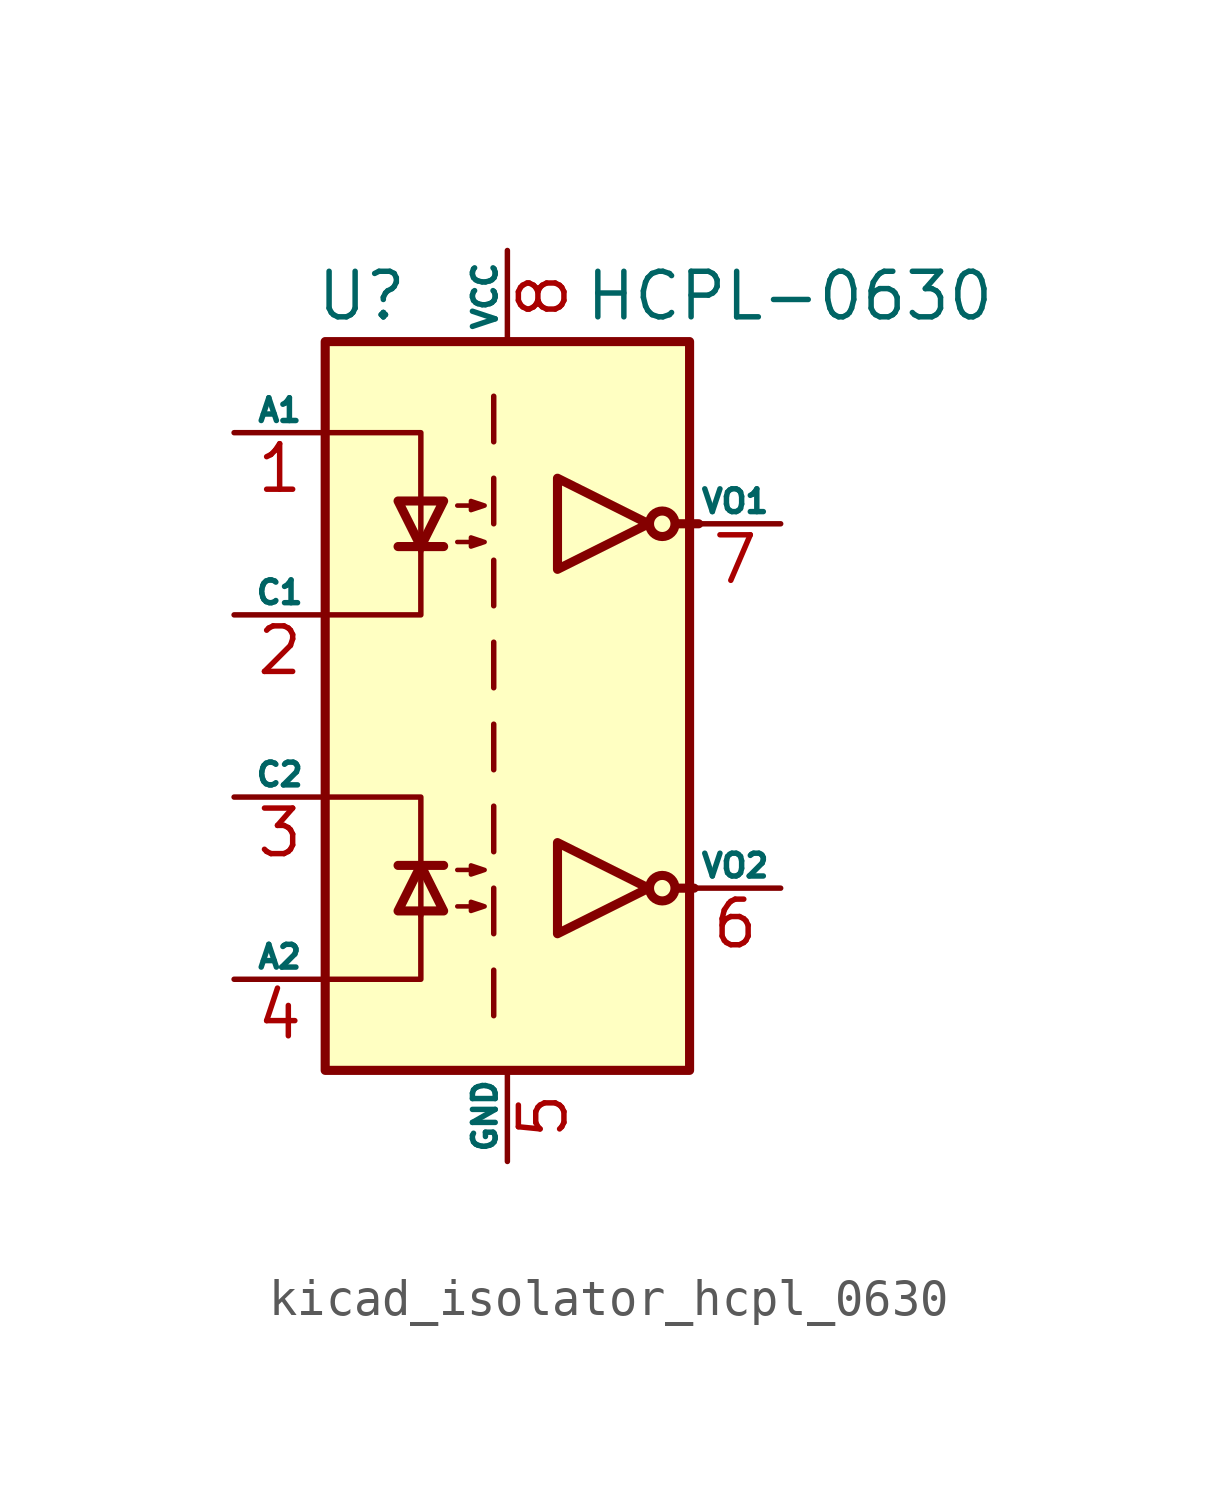
<source format=kicad_sym>
(kicad_symbol_lib
  (version 20220914)
  (generator kicad_symbol_editor)
  (symbol "kicad_isolator_hcpl_0630"
    (pin_names
      (offset 0))
    (property "Reference" "U"
      (at -4.064 11.43 0)
      (effects (font (size 1.27 1.27))))
    (property "Value" "HCPL-0630"
      (at 7.874 11.43 0)
      (effects (font (size 1.27 1.27))))
    (symbol "kicad_isolator_hcpl_0630_0_1"
      (rectangle (start -5.08 10.16) (end 5.08 -10.16) (stroke (width 0.254) (type default)) (fill (type background))))
    (symbol "kicad_isolator_hcpl_0630_1_1"
      (polyline (pts (xy -3.048 -4.445) (xy -1.778 -4.445)) (stroke (width 0.254) (type default)) (fill (type none)))
      (polyline (pts (xy -3.048 4.445) (xy -1.778 4.445)) (stroke (width 0.254) (type default)) (fill (type none)))
      (polyline (pts (xy -0.381 -7.366) (xy -0.381 -8.636)) (stroke (width 0) (type default)) (fill (type none)))
      (polyline (pts (xy -0.381 -5.08) (xy -0.381 -6.35)) (stroke (width 0) (type default)) (fill (type none)))
      (polyline (pts (xy -0.381 -2.794) (xy -0.381 -4.064)) (stroke (width 0) (type default)) (fill (type none)))
      (polyline (pts (xy -0.381 -0.508) (xy -0.381 -1.778)) (stroke (width 0) (type default)) (fill (type none)))
      (polyline (pts (xy -0.381 1.778) (xy -0.381 0.508)) (stroke (width 0) (type default)) (fill (type none)))
      (polyline (pts (xy -0.381 4.064) (xy -0.381 2.794)) (stroke (width 0) (type default)) (fill (type none)))
      (polyline (pts (xy -0.381 6.35) (xy -0.381 5.08)) (stroke (width 0) (type default)) (fill (type none)))
      (polyline (pts (xy -0.381 8.636) (xy -0.381 7.366)) (stroke (width 0) (type default)) (fill (type none)))
      (polyline (pts (xy 4.699 -5.08) (xy 5.207 -5.08)) (stroke (width 0.254) (type default)) (fill (type none)))
      (polyline (pts (xy 4.699 5.08) (xy 5.334 5.08)) (stroke (width 0.254) (type default)) (fill (type none)))
      (polyline (pts (xy -4.953 -7.62) (xy -2.413 -7.62) (xy -2.413 -5.715)) (stroke (width 0) (type default)) (fill (type none)))
      (polyline (pts (xy -4.953 7.62) (xy -2.413 7.62) (xy -2.413 4.318)) (stroke (width 0) (type default)) (fill (type none)))
      (polyline (pts (xy -2.413 -5.842) (xy -2.413 -2.54) (xy -4.953 -2.54)) (stroke (width 0) (type default)) (fill (type none)))
      (polyline (pts (xy -2.413 4.445) (xy -2.413 2.54) (xy -4.953 2.54)) (stroke (width 0) (type default)) (fill (type none)))
      (polyline (pts (xy -2.413 -4.445) (xy -3.048 -5.715) (xy -1.778 -5.715) (xy -2.413 -4.445)) (stroke (width 0.254) (type default)) (fill (type none)))
      (polyline (pts (xy -2.413 4.445) (xy -3.048 5.715) (xy -1.778 5.715) (xy -2.413 4.445)) (stroke (width 0.254) (type default)) (fill (type none)))
      (polyline (pts (xy 3.937 -5.08) (xy 1.397 -3.81) (xy 1.397 -6.35) (xy 3.937 -5.08)) (stroke (width 0.254) (type default)) (fill (type none)))
      (polyline (pts (xy 3.937 5.08) (xy 1.397 6.35) (xy 1.397 3.81) (xy 3.937 5.08)) (stroke (width 0.254) (type default)) (fill (type none)))
      (polyline (pts (xy -1.397 -5.588) (xy -0.635 -5.588) (xy -1.016 -5.715) (xy -1.016 -5.461) (xy -0.635 -5.588)) (stroke (width 0.127) (type default)) (fill (type none)))
      (polyline (pts (xy -1.397 -4.572) (xy -0.635 -4.572) (xy -1.016 -4.699) (xy -1.016 -4.445) (xy -0.635 -4.572)) (stroke (width 0.127) (type default)) (fill (type none)))
      (polyline (pts (xy -1.397 4.572) (xy -0.635 4.572) (xy -1.016 4.445) (xy -1.016 4.699) (xy -0.635 4.572)) (stroke (width 0.127) (type default)) (fill (type none)))
      (polyline (pts (xy -1.397 5.588) (xy -0.635 5.588) (xy -1.016 5.461) (xy -1.016 5.715) (xy -0.635 5.588)) (stroke (width 0.127) (type default)) (fill (type none)))
      (circle (center 4.318 -5.08) (radius 0.356) (stroke (width 0.254) (type default)) (fill (type none)))
      (circle (center 4.318 5.08) (radius 0.356) (stroke (width 0.254) (type default)) (fill (type none)))
      (pin passive line (at -7.62 7.62 0) (length 2.54) (name "A1" (effects (font (size 0.635 0.635)))) (number "1" (effects (font (size 1.27 1.27)))))
      (pin passive line (at -7.62 2.54 0) (length 2.54) (name "C1" (effects (font (size 0.635 0.635)))) (number "2" (effects (font (size 1.27 1.27)))))
      (pin passive line (at -7.62 -2.54 0) (length 2.54) (name "C2" (effects (font (size 0.635 0.635)))) (number "3" (effects (font (size 1.27 1.27)))))
      (pin passive line (at -7.62 -7.62 0) (length 2.54) (name "A2" (effects (font (size 0.635 0.635)))) (number "4" (effects (font (size 1.27 1.27)))))
      (pin power_in line (at 0 -12.7 90) (length 2.54) (name "GND" (effects (font (size 0.635 0.635)))) (number "5" (effects (font (size 1.27 1.27)))))
      (pin open_collector line (at 7.62 -5.08 180) (length 2.54) (name "VO2" (effects (font (size 0.635 0.635)))) (number "6" (effects (font (size 1.27 1.27)))))
      (pin open_collector line (at 7.62 5.08 180) (length 2.54) (name "VO1" (effects (font (size 0.635 0.635)))) (number "7" (effects (font (size 1.27 1.27)))))
      (pin power_in line (at 0 12.7 270) (length 2.54) (name "VCC" (effects (font (size 0.635 0.635)))) (number "8" (effects (font (size 1.27 1.27))))))))
</source>
